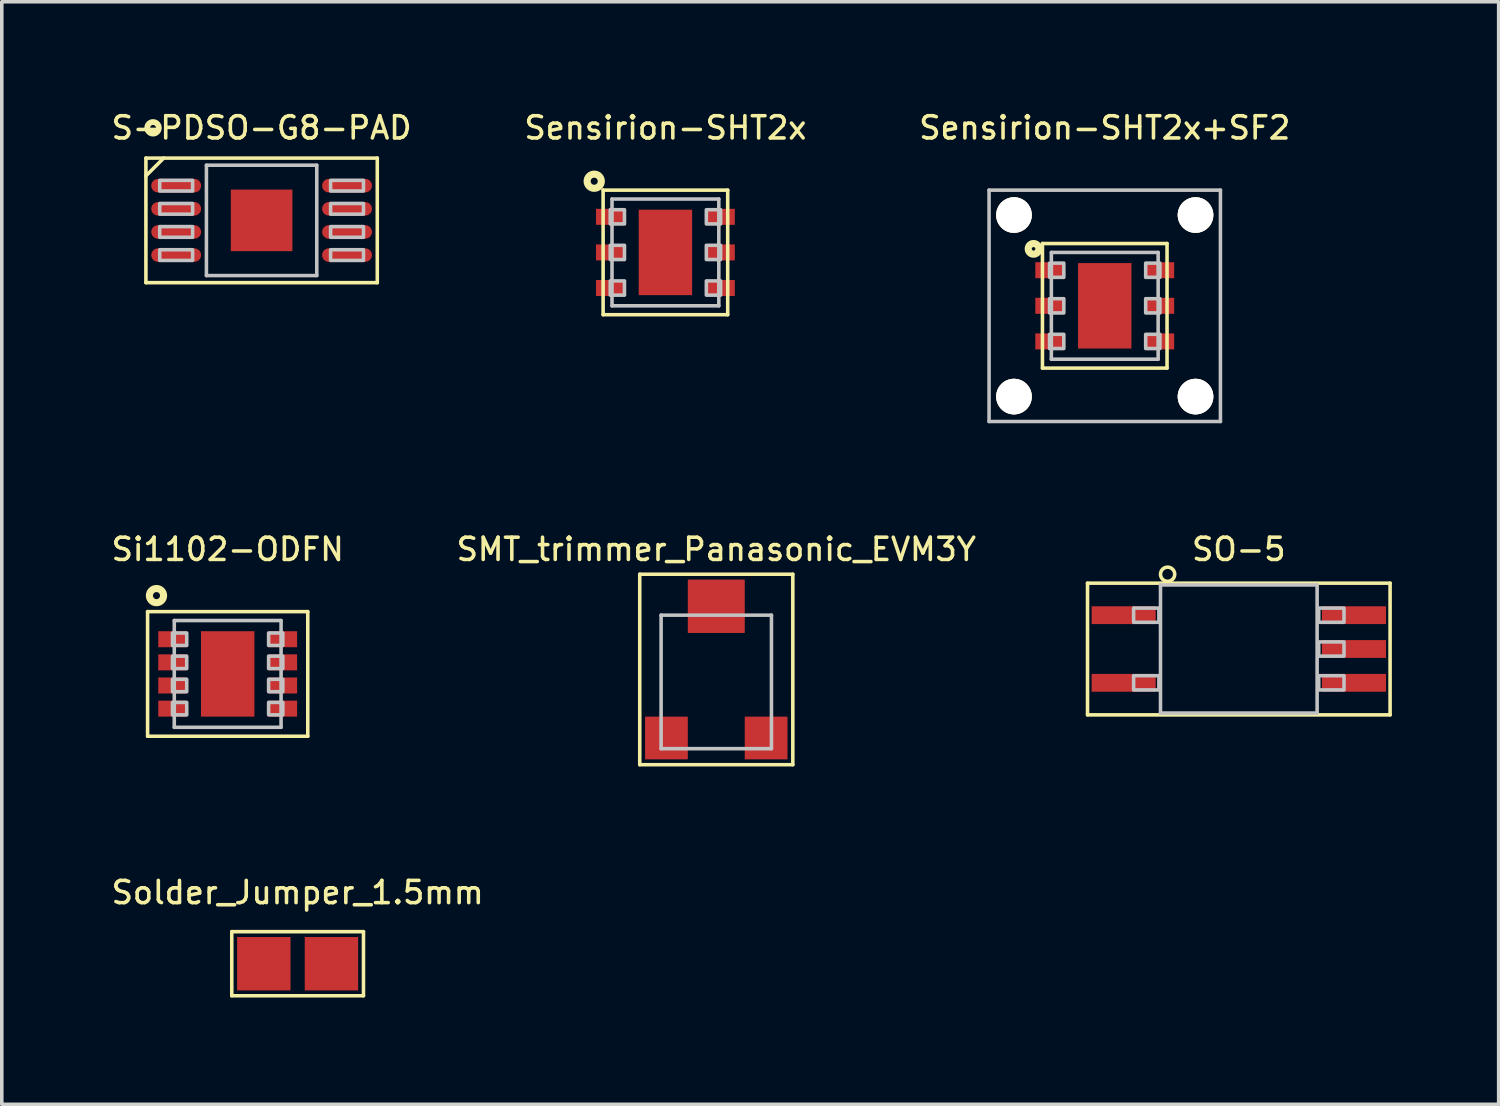
<source format=kicad_pcb>
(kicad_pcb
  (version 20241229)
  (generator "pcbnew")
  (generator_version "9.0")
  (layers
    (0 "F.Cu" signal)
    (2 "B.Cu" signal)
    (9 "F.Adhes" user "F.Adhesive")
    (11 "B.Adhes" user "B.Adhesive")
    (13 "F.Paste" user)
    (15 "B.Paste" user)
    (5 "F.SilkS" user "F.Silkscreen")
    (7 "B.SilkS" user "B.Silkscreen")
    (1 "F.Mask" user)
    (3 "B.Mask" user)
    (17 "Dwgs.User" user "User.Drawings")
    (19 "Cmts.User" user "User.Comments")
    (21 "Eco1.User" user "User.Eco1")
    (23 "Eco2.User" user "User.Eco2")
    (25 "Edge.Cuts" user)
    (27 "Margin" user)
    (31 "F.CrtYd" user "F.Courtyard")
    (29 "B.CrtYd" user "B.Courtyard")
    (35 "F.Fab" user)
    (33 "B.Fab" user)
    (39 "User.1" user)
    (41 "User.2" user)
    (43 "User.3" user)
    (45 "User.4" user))
  (footprint "S-PDSO-G8-PAD"
    (layer "F.Cu")
    (at 4.299 3.141)
    (property "Reference" "S-PDSO-G8-PAD" (at 0 -2.6 0) (layer "F.SilkS") (effects (font (size 0.625 0.625) (thickness 0.1))))
    (attr through_hole)
    (fp_line (start -3.25 -1.75) (end -3.25 1.75) (stroke (width 0.1) (type solid)) (layer "F.SilkS"))
    (fp_line (start -3.25 -1.25) (end -2.75 -1.75) (stroke (width 0.1) (type solid)) (layer "F.SilkS"))
    (fp_line (start -3.25 1.75) (end 3.25 1.75) (stroke (width 0.1) (type solid)) (layer "F.SilkS"))
    (fp_line (start 3.25 -1.75) (end -3.25 -1.75) (stroke (width 0.1) (type solid)) (layer "F.SilkS"))
    (fp_line (start 3.25 1.75) (end 3.25 -1.75) (stroke (width 0.1) (type solid)) (layer "F.SilkS"))
    (fp_circle (center -3.05 -2.6) (end -2.935 -2.485) (stroke (width 0.163) (type solid)) (fill no) (layer "F.SilkS"))
    (fp_line (start -1.55 -1.55) (end -1.55 1.55) (stroke (width 0.1) (type solid)) (layer "Dwgs.User"))
    (fp_line (start -1.55 1.55) (end 1.55 1.55) (stroke (width 0.1) (type solid)) (layer "Dwgs.User"))
    (fp_line (start 1.55 -1.55) (end -1.55 -1.55) (stroke (width 0.1) (type solid)) (layer "Dwgs.User"))
    (fp_line (start 1.55 1.55) (end 1.55 -1.55) (stroke (width 0.1) (type solid)) (layer "Dwgs.User"))
    (fp_poly (pts (xy -2.862 -1.125) (xy -2.862 -0.825) (xy -1.938 -0.825) (xy -1.938 -1.125) (xy -2.862 -1.125)) (stroke (width 0.1) (type solid)) (fill no) (layer "Dwgs.User"))
    (fp_poly (pts (xy -2.862 -0.475) (xy -2.862 -0.175) (xy -1.938 -0.175) (xy -1.938 -0.475) (xy -2.862 -0.475)) (stroke (width 0.1) (type solid)) (fill no) (layer "Dwgs.User"))
    (fp_poly (pts (xy -2.862 0.175) (xy -2.862 0.475) (xy -1.938 0.475) (xy -1.938 0.175) (xy -2.862 0.175)) (stroke (width 0.1) (type solid)) (fill no) (layer "Dwgs.User"))
    (fp_poly (pts (xy -2.862 0.825) (xy -2.862 1.125) (xy -1.938 1.125) (xy -1.938 0.825) (xy -2.862 0.825)) (stroke (width 0.1) (type solid)) (fill no) (layer "Dwgs.User"))
    (fp_poly (pts (xy 1.938 -1.125) (xy 1.938 -0.825) (xy 2.862 -0.825) (xy 2.862 -1.125) (xy 1.938 -1.125)) (stroke (width 0.1) (type solid)) (fill no) (layer "Dwgs.User"))
    (fp_poly (pts (xy 1.938 -0.475) (xy 1.938 -0.175) (xy 2.862 -0.175) (xy 2.862 -0.475) (xy 1.938 -0.475)) (stroke (width 0.1) (type solid)) (fill no) (layer "Dwgs.User"))
    (fp_poly (pts (xy 1.938 0.175) (xy 1.938 0.475) (xy 2.862 0.475) (xy 2.862 0.175) (xy 1.938 0.175)) (stroke (width 0.1) (type solid)) (fill no) (layer "Dwgs.User"))
    (fp_poly (pts (xy 1.938 0.825) (xy 1.938 1.125) (xy 2.862 1.125) (xy 2.862 0.825) (xy 1.938 0.825)) (stroke (width 0.1) (type solid)) (fill no) (layer "Dwgs.User"))
    (pad "1" smd oval (at -2.4 -0.975) (size 1.4 0.38) (layers "F.Cu" "F.Mask" "F.Paste"))
    (pad "2" smd oval (at -2.4 -0.325) (size 1.4 0.38) (layers "F.Cu" "F.Mask" "F.Paste"))
    (pad "3" smd oval (at -2.4 0.325) (size 1.4 0.38) (layers "F.Cu" "F.Mask" "F.Paste"))
    (pad "4" smd oval (at -2.4 0.975) (size 1.4 0.38) (layers "F.Cu" "F.Mask" "F.Paste"))
    (pad "5" smd oval (at 2.4 0.975) (size 1.4 0.38) (layers "F.Cu" "F.Mask" "F.Paste"))
    (pad "6" smd oval (at 2.4 0.325) (size 1.4 0.38) (layers "F.Cu" "F.Mask" "F.Paste"))
    (pad "7" smd oval (at 2.4 -0.325) (size 1.4 0.38) (layers "F.Cu" "F.Mask" "F.Paste"))
    (pad "8" smd oval (at 2.4 -0.975) (size 1.4 0.38) (layers "F.Cu" "F.Mask" "F.Paste"))
    (pad "EP" smd rect (at 0 0) (size 1.73 1.73) (layers "F.Cu" "F.Mask" "F.Paste")))
  (footprint "Sensirion-SHT2x"
    (layer "F.Cu")
    (at 15.643 4.041)
    (property "Reference" "Sensirion-SHT2x" (at 0 -3.5 0) (layer "F.SilkS") (effects (font (size 0.625 0.625) (thickness 0.1))))
    (attr through_hole)
    (fp_line (start -1.75 -1.75) (end -1.75 1.75) (stroke (width 0.1) (type solid)) (layer "F.SilkS"))
    (fp_line (start -1.75 1.75) (end 1.75 1.75) (stroke (width 0.1) (type solid)) (layer "F.SilkS"))
    (fp_line (start 1.75 -1.75) (end -1.75 -1.75) (stroke (width 0.1) (type solid)) (layer "F.SilkS"))
    (fp_line (start 1.75 1.75) (end 1.75 -1.75) (stroke (width 0.1) (type solid)) (layer "F.SilkS"))
    (fp_circle (center -2 -2) (end -1.859 -1.859) (stroke (width 0.2) (type solid)) (fill no) (layer "F.SilkS"))
    (fp_line (start -1.5 -1.5) (end -1.5 1.5) (stroke (width 0.1) (type solid)) (layer "Dwgs.User"))
    (fp_line (start -1.5 1.5) (end 1.5 1.5) (stroke (width 0.1) (type solid)) (layer "Dwgs.User"))
    (fp_line (start 1.5 -1.5) (end -1.5 -1.5) (stroke (width 0.1) (type solid)) (layer "Dwgs.User"))
    (fp_line (start 1.5 1.5) (end 1.5 -1.5) (stroke (width 0.1) (type solid)) (layer "Dwgs.User"))
    (fp_poly (pts (xy -1.55 -1.2) (xy -1.55 -0.8) (xy -1.15 -0.8) (xy -1.15 -1.2) (xy -1.55 -1.2)) (stroke (width 0.1) (type solid)) (fill no) (layer "Dwgs.User"))
    (fp_poly (pts (xy -1.55 -0.2) (xy -1.55 0.2) (xy -1.15 0.2) (xy -1.15 -0.2) (xy -1.55 -0.2)) (stroke (width 0.1) (type solid)) (fill no) (layer "Dwgs.User"))
    (fp_poly (pts (xy -1.55 0.8) (xy -1.55 1.2) (xy -1.15 1.2) (xy -1.15 0.8) (xy -1.55 0.8)) (stroke (width 0.1) (type solid)) (fill no) (layer "Dwgs.User"))
    (fp_poly (pts (xy 1.15 -1.2) (xy 1.15 -0.8) (xy 1.55 -0.8) (xy 1.55 -1.2) (xy 1.15 -1.2)) (stroke (width 0.1) (type solid)) (fill no) (layer "Dwgs.User"))
    (fp_poly (pts (xy 1.15 -0.2) (xy 1.15 0.2) (xy 1.55 0.2) (xy 1.55 -0.2) (xy 1.15 -0.2)) (stroke (width 0.1) (type solid)) (fill no) (layer "Dwgs.User"))
    (fp_poly (pts (xy 1.15 0.8) (xy 1.15 1.2) (xy 1.55 1.2) (xy 1.55 0.8) (xy 1.15 0.8)) (stroke (width 0.1) (type solid)) (fill no) (layer "Dwgs.User"))
    (pad "1" smd rect (at -1.55 -1 180) (size 0.8 0.45) (layers "F.Cu" "F.Mask" "F.Paste"))
    (pad "2" smd rect (at -1.55 0 180) (size 0.8 0.45) (layers "F.Cu" "F.Mask" "F.Paste"))
    (pad "3" smd rect (at -1.55 1 180) (size 0.8 0.45) (layers "F.Cu" "F.Mask" "F.Paste"))
    (pad "4" smd rect (at 1.55 1) (size 0.8 0.45) (layers "F.Cu" "F.Mask" "F.Paste"))
    (pad "5" smd rect (at 1.55 0) (size 0.8 0.45) (layers "F.Cu" "F.Mask" "F.Paste"))
    (pad "6" smd rect (at 1.55 -1) (size 0.8 0.45) (layers "F.Cu" "F.Mask" "F.Paste"))
    (pad "7" smd rect (at 0 0) (size 1.5 2.4) (layers "F.Cu" "F.Mask" "F.Paste")))
  (footprint "Si1102-ODFN"
    (layer "F.Cu")
    (at 3.346 15.882)
    (property "Reference" "Si1102-ODFN" (at 0 -3.5 0) (layer "F.SilkS") (effects (font (size 0.625 0.625) (thickness 0.1))))
    (attr through_hole)
    (fp_line (start -2.25 -1.75) (end -2.25 1.75) (stroke (width 0.1) (type solid)) (layer "F.SilkS"))
    (fp_line (start -2.25 1.75) (end 2.25 1.75) (stroke (width 0.1) (type solid)) (layer "F.SilkS"))
    (fp_line (start 2.25 -1.75) (end -2.25 -1.75) (stroke (width 0.1) (type solid)) (layer "F.SilkS"))
    (fp_line (start 2.25 1.75) (end 2.25 -1.75) (stroke (width 0.1) (type solid)) (layer "F.SilkS"))
    (fp_circle (center -2 -2.2) (end -1.859 -2.059) (stroke (width 0.2) (type solid)) (fill no) (layer "F.SilkS"))
    (fp_line (start -1.5 -1.5) (end -1.5 1.5) (stroke (width 0.1) (type solid)) (layer "Dwgs.User"))
    (fp_line (start -1.5 1.5) (end 1.5 1.5) (stroke (width 0.1) (type solid)) (layer "Dwgs.User"))
    (fp_line (start 1.5 -1.5) (end -1.5 -1.5) (stroke (width 0.1) (type solid)) (layer "Dwgs.User"))
    (fp_line (start 1.5 1.5) (end 1.5 -1.5) (stroke (width 0.1) (type solid)) (layer "Dwgs.User"))
    (fp_poly (pts (xy -1.55 -1.15) (xy -1.55 -0.8) (xy -1.15 -0.8) (xy -1.15 -1.15) (xy -1.55 -1.15)) (stroke (width 0.1) (type solid)) (fill no) (layer "Dwgs.User"))
    (fp_poly (pts (xy -1.55 -0.5) (xy -1.55 -0.15) (xy -1.15 -0.15) (xy -1.15 -0.5) (xy -1.55 -0.5)) (stroke (width 0.1) (type solid)) (fill no) (layer "Dwgs.User"))
    (fp_poly (pts (xy -1.55 0.15) (xy -1.55 0.5) (xy -1.15 0.5) (xy -1.15 0.15) (xy -1.55 0.15)) (stroke (width 0.1) (type solid)) (fill no) (layer "Dwgs.User"))
    (fp_poly (pts (xy -1.55 0.8) (xy -1.55 1.15) (xy -1.15 1.15) (xy -1.15 0.8) (xy -1.55 0.8)) (stroke (width 0.1) (type solid)) (fill no) (layer "Dwgs.User"))
    (fp_poly (pts (xy 1.15 -1.15) (xy 1.15 -0.8) (xy 1.55 -0.8) (xy 1.55 -1.15) (xy 1.15 -1.15)) (stroke (width 0.1) (type solid)) (fill no) (layer "Dwgs.User"))
    (fp_poly (pts (xy 1.15 -0.5) (xy 1.15 -0.15) (xy 1.55 -0.15) (xy 1.55 -0.5) (xy 1.15 -0.5)) (stroke (width 0.1) (type solid)) (fill no) (layer "Dwgs.User"))
    (fp_poly (pts (xy 1.15 0.15) (xy 1.15 0.5) (xy 1.55 0.5) (xy 1.55 0.15) (xy 1.15 0.15)) (stroke (width 0.1) (type solid)) (fill no) (layer "Dwgs.User"))
    (fp_poly (pts (xy 1.15 0.8) (xy 1.15 1.15) (xy 1.55 1.15) (xy 1.55 0.8) (xy 1.15 0.8)) (stroke (width 0.1) (type solid)) (fill no) (layer "Dwgs.User"))
    (pad "1" smd rect (at -1.55 -0.975 180) (size 0.8 0.45) (layers "F.Cu" "F.Mask" "F.Paste"))
    (pad "2" smd rect (at -1.55 -0.325 180) (size 0.8 0.45) (layers "F.Cu" "F.Mask" "F.Paste"))
    (pad "3" smd rect (at -1.55 0.325 180) (size 0.8 0.45) (layers "F.Cu" "F.Mask" "F.Paste"))
    (pad "4" smd rect (at -1.55 0.975 180) (size 0.8 0.45) (layers "F.Cu" "F.Mask" "F.Paste"))
    (pad "5" smd rect (at 1.55 0.975) (size 0.8 0.45) (layers "F.Cu" "F.Mask" "F.Paste"))
    (pad "6" smd rect (at 1.55 0.325) (size 0.8 0.45) (layers "F.Cu" "F.Mask" "F.Paste"))
    (pad "7" smd rect (at 1.55 -0.325) (size 0.8 0.45) (layers "F.Cu" "F.Mask" "F.Paste"))
    (pad "8" smd rect (at 1.55 -0.975) (size 0.8 0.45) (layers "F.Cu" "F.Mask" "F.Paste"))
    (pad "9" smd rect (at 0 0) (size 1.5 2.4) (layers "F.Cu" "F.Mask" "F.Paste")))
  (footprint "Solder_Jumper_1.5mm"
    (layer "F.Cu")
    (at 5.311 24.023)
    (property "Reference" "Solder_Jumper_1.5mm" (at 0 -2 0) (layer "F.SilkS") (effects (font (size 0.625 0.625) (thickness 0.1))))
    (attr through_hole)
    (fp_poly (pts (xy -0.3 -0.75) (xy -0.3 0.75) (xy 0.3 0.75) (xy 0.3 -0.75) (xy -0.3 -0.75)) (stroke (width 0) (type solid)) (fill yes) (layer "F.Mask"))
    (fp_line (start -1.85 -0.9) (end -1.85 0.9) (stroke (width 0.1) (type solid)) (layer "F.SilkS"))
    (fp_line (start -1.85 0.9) (end 1.85 0.9) (stroke (width 0.1) (type solid)) (layer "F.SilkS"))
    (fp_line (start 1.85 -0.9) (end -1.85 -0.9) (stroke (width 0.1) (type solid)) (layer "F.SilkS"))
    (fp_line (start 1.85 0.9) (end 1.85 -0.9) (stroke (width 0.1) (type solid)) (layer "F.SilkS"))
    (pad "1" smd rect (at -0.95 0) (size 1.5 1.5) (layers "F.Cu" "F.Mask" "F.Paste"))
    (pad "2" smd rect (at 0.95 0 180) (size 1.5 1.5) (layers "F.Cu" "F.Mask" "F.Paste")))
  (footprint "SMT_trimmer_Panasonic_EVM3Y"
    (layer "F.Cu")
    (at 17.072 16.082)
    (property "Reference" "SMT_trimmer_Panasonic_EVM3Y" (at 0 -3.7 0) (layer "F.SilkS") (effects (font (size 0.625 0.625) (thickness 0.1))))
    (attr through_hole)
    (fp_line (start -2.15 -3) (end 2.15 -3) (stroke (width 0.1) (type solid)) (layer "F.SilkS"))
    (fp_line (start -2.15 2.35) (end -2.15 -3) (stroke (width 0.1) (type solid)) (layer "F.SilkS"))
    (fp_line (start 2.15 -3) (end 2.15 2.35) (stroke (width 0.1) (type solid)) (layer "F.SilkS"))
    (fp_line (start 2.15 2.35) (end -2.15 2.35) (stroke (width 0.1) (type solid)) (layer "F.SilkS"))
    (fp_line (start -1.55 -1.85) (end 1.55 -1.85) (stroke (width 0.1) (type solid)) (layer "Dwgs.User"))
    (fp_line (start -1.55 1.9) (end -1.55 -1.85) (stroke (width 0.1) (type solid)) (layer "Dwgs.User"))
    (fp_line (start 1.55 -1.85) (end 1.55 1.9) (stroke (width 0.1) (type solid)) (layer "Dwgs.User"))
    (fp_line (start 1.55 1.9) (end -1.55 1.9) (stroke (width 0.1) (type solid)) (layer "Dwgs.User"))
    (pad "1" smd rect (at -1.4 1.6) (size 1.2 1.2) (layers "F.Cu" "F.Mask" "F.Paste"))
    (pad "2" smd rect (at 0 -2.1) (size 1.6 1.5) (layers "F.Cu" "F.Mask" "F.Paste"))
    (pad "3" smd rect (at 1.4 1.6) (size 1.2 1.2) (layers "F.Cu" "F.Mask" "F.Paste")))
  (footprint "SO-5"
    (layer "F.Cu")
    (at 31.751 15.182)
    (property "Reference" "SO-5" (at 0 -2.8 0) (layer "F.SilkS") (effects (font (size 0.625 0.625) (thickness 0.1))))
    (attr through_hole)
    (fp_line (start -4.25 -1.85) (end -4.25 1.85) (stroke (width 0.1) (type solid)) (layer "F.SilkS"))
    (fp_line (start -4.25 1.85) (end 4.25 1.85) (stroke (width 0.1) (type solid)) (layer "F.SilkS"))
    (fp_line (start 4.25 -1.85) (end -4.25 -1.85) (stroke (width 0.1) (type solid)) (layer "F.SilkS"))
    (fp_line (start 4.25 1.85) (end 4.25 -1.85) (stroke (width 0.1) (type solid)) (layer "F.SilkS"))
    (fp_circle (center -2 -2.1) (end -1.859 -1.959) (stroke (width 0.1) (type solid)) (fill no) (layer "F.SilkS"))
    (fp_line (start -2.2 -1.8) (end -2.2 1.8) (stroke (width 0.1) (type solid)) (layer "Dwgs.User"))
    (fp_line (start -2.2 1.8) (end 2.2 1.8) (stroke (width 0.1) (type solid)) (layer "Dwgs.User"))
    (fp_line (start 2.2 -1.8) (end -2.2 -1.8) (stroke (width 0.1) (type solid)) (layer "Dwgs.User"))
    (fp_line (start 2.2 1.8) (end 2.2 -1.8) (stroke (width 0.1) (type solid)) (layer "Dwgs.User"))
    (fp_poly (pts (xy -2.955 -1.15) (xy -2.955 -0.75) (xy -2.245 -0.75) (xy -2.245 -1.15) (xy -2.955 -1.15)) (stroke (width 0.1) (type solid)) (fill no) (layer "Dwgs.User"))
    (fp_poly (pts (xy -2.955 0.75) (xy -2.955 1.15) (xy -2.245 1.15) (xy -2.245 0.75) (xy -2.955 0.75)) (stroke (width 0.1) (type solid)) (fill no) (layer "Dwgs.User"))
    (fp_poly (pts (xy 2.245 -1.15) (xy 2.245 -0.75) (xy 2.955 -0.75) (xy 2.955 -1.15) (xy 2.245 -1.15)) (stroke (width 0.1) (type solid)) (fill no) (layer "Dwgs.User"))
    (fp_poly (pts (xy 2.245 -0.2) (xy 2.245 0.2) (xy 2.955 0.2) (xy 2.955 -0.2) (xy 2.245 -0.2)) (stroke (width 0.1) (type solid)) (fill no) (layer "Dwgs.User"))
    (fp_poly (pts (xy 2.245 0.75) (xy 2.245 1.15) (xy 2.955 1.15) (xy 2.955 0.75) (xy 2.245 0.75)) (stroke (width 0.1) (type solid)) (fill no) (layer "Dwgs.User"))
    (pad "1" smd rect (at -3.235 -0.95 180) (size 1.8 0.5) (layers "F.Cu" "F.Mask" "F.Paste"))
    (pad "3" smd rect (at -3.235 0.95 180) (size 1.8 0.5) (layers "F.Cu" "F.Mask" "F.Paste"))
    (pad "4" smd rect (at 3.235 0.95) (size 1.8 0.5) (layers "F.Cu" "F.Mask" "F.Paste"))
    (pad "5" smd rect (at 3.235 0) (size 1.8 0.5) (layers "F.Cu" "F.Mask" "F.Paste"))
    (pad "6" smd rect (at 3.235 -0.95) (size 1.8 0.5) (layers "F.Cu" "F.Mask" "F.Paste")))
  (footprint "Sensirion-SHT2x+SF2"
    (layer "F.Cu")
    (at 27.985 5.541)
    (property "Reference" "Sensirion-SHT2x+SF2" (at 0 -5 0) (layer "F.SilkS") (effects (font (size 0.625 0.625) (thickness 0.1))))
    (attr through_hole)
    (fp_line (start -1.75 -1.75) (end -1.75 1.75) (stroke (width 0.1) (type solid)) (layer "F.SilkS"))
    (fp_line (start -1.75 1.75) (end 1.75 1.75) (stroke (width 0.1) (type solid)) (layer "F.SilkS"))
    (fp_line (start 1.75 -1.75) (end -1.75 -1.75) (stroke (width 0.1) (type solid)) (layer "F.SilkS"))
    (fp_line (start 1.75 1.75) (end 1.75 -1.75) (stroke (width 0.1) (type solid)) (layer "F.SilkS"))
    (fp_circle (center -2 -1.6) (end -1.894 -1.494) (stroke (width 0.2) (type solid)) (fill no) (layer "F.SilkS"))
    (fp_line (start -3.25 -3.25) (end -3.25 3.25) (stroke (width 0.1) (type solid)) (layer "Dwgs.User"))
    (fp_line (start -3.25 3.25) (end 3.25 3.25) (stroke (width 0.1) (type solid)) (layer "Dwgs.User"))
    (fp_line (start -1.5 -1.5) (end -1.5 1.5) (stroke (width 0.1) (type solid)) (layer "Dwgs.User"))
    (fp_line (start -1.5 1.5) (end 1.5 1.5) (stroke (width 0.1) (type solid)) (layer "Dwgs.User"))
    (fp_line (start 1.5 -1.5) (end -1.5 -1.5) (stroke (width 0.1) (type solid)) (layer "Dwgs.User"))
    (fp_line (start 1.5 1.5) (end 1.5 -1.5) (stroke (width 0.1) (type solid)) (layer "Dwgs.User"))
    (fp_line (start 3.25 -3.25) (end -3.25 -3.25) (stroke (width 0.1) (type solid)) (layer "Dwgs.User"))
    (fp_line (start 3.25 3.25) (end 3.25 -3.25) (stroke (width 0.1) (type solid)) (layer "Dwgs.User"))
    (fp_poly (pts (xy -1.55 -1.2) (xy -1.55 -0.8) (xy -1.15 -0.8) (xy -1.15 -1.2) (xy -1.55 -1.2)) (stroke (width 0.1) (type solid)) (fill no) (layer "Dwgs.User"))
    (fp_poly (pts (xy -1.55 -0.2) (xy -1.55 0.2) (xy -1.15 0.2) (xy -1.15 -0.2) (xy -1.55 -0.2)) (stroke (width 0.1) (type solid)) (fill no) (layer "Dwgs.User"))
    (fp_poly (pts (xy -1.55 0.8) (xy -1.55 1.2) (xy -1.15 1.2) (xy -1.15 0.8) (xy -1.55 0.8)) (stroke (width 0.1) (type solid)) (fill no) (layer "Dwgs.User"))
    (fp_poly (pts (xy 1.15 -1.2) (xy 1.15 -0.8) (xy 1.55 -0.8) (xy 1.55 -1.2) (xy 1.15 -1.2)) (stroke (width 0.1) (type solid)) (fill no) (layer "Dwgs.User"))
    (fp_poly (pts (xy 1.15 -0.2) (xy 1.15 0.2) (xy 1.55 0.2) (xy 1.55 -0.2) (xy 1.15 -0.2)) (stroke (width 0.1) (type solid)) (fill no) (layer "Dwgs.User"))
    (fp_poly (pts (xy 1.15 0.8) (xy 1.15 1.2) (xy 1.55 1.2) (xy 1.55 0.8) (xy 1.15 0.8)) (stroke (width 0.1) (type solid)) (fill no) (layer "Dwgs.User"))
    (pad "" thru_hole circle (at -2.55 -2.55 180) (size 1 1) (drill 1) (layers "*.Cu" "*.Mask" "F.SilkS"))
    (pad "" thru_hole circle (at -2.55 2.55) (size 1 1) (drill 1) (layers "*.Cu" "*.Mask" "F.SilkS"))
    (pad "" thru_hole circle (at 2.55 -2.55) (size 1 1) (drill 1) (layers "*.Cu" "*.Mask" "F.SilkS"))
    (pad "" thru_hole circle (at 2.55 2.55 180) (size 1 1) (drill 1) (layers "*.Cu" "*.Mask" "F.SilkS"))
    (pad "1" smd rect (at -1.55 -1 180) (size 0.8 0.45) (layers "F.Cu" "F.Mask" "F.Paste"))
    (pad "2" smd rect (at -1.55 0 180) (size 0.8 0.45) (layers "F.Cu" "F.Mask" "F.Paste"))
    (pad "3" smd rect (at -1.55 1 180) (size 0.8 0.45) (layers "F.Cu" "F.Mask" "F.Paste"))
    (pad "4" smd rect (at 1.55 1) (size 0.8 0.45) (layers "F.Cu" "F.Mask" "F.Paste"))
    (pad "5" smd rect (at 1.55 0) (size 0.8 0.45) (layers "F.Cu" "F.Mask" "F.Paste"))
    (pad "6" smd rect (at 1.55 -1) (size 0.8 0.45) (layers "F.Cu" "F.Mask" "F.Paste"))
    (pad "7" smd rect (at 0 0) (size 1.5 2.4) (layers "F.Cu" "F.Mask" "F.Paste")))
  (gr_rect
    (start -3 -3)
    (end 39.051 27.973)
    (stroke (width 0.1) (type default))
    (fill no)
    (layer "Edge.Cuts")))
</source>
